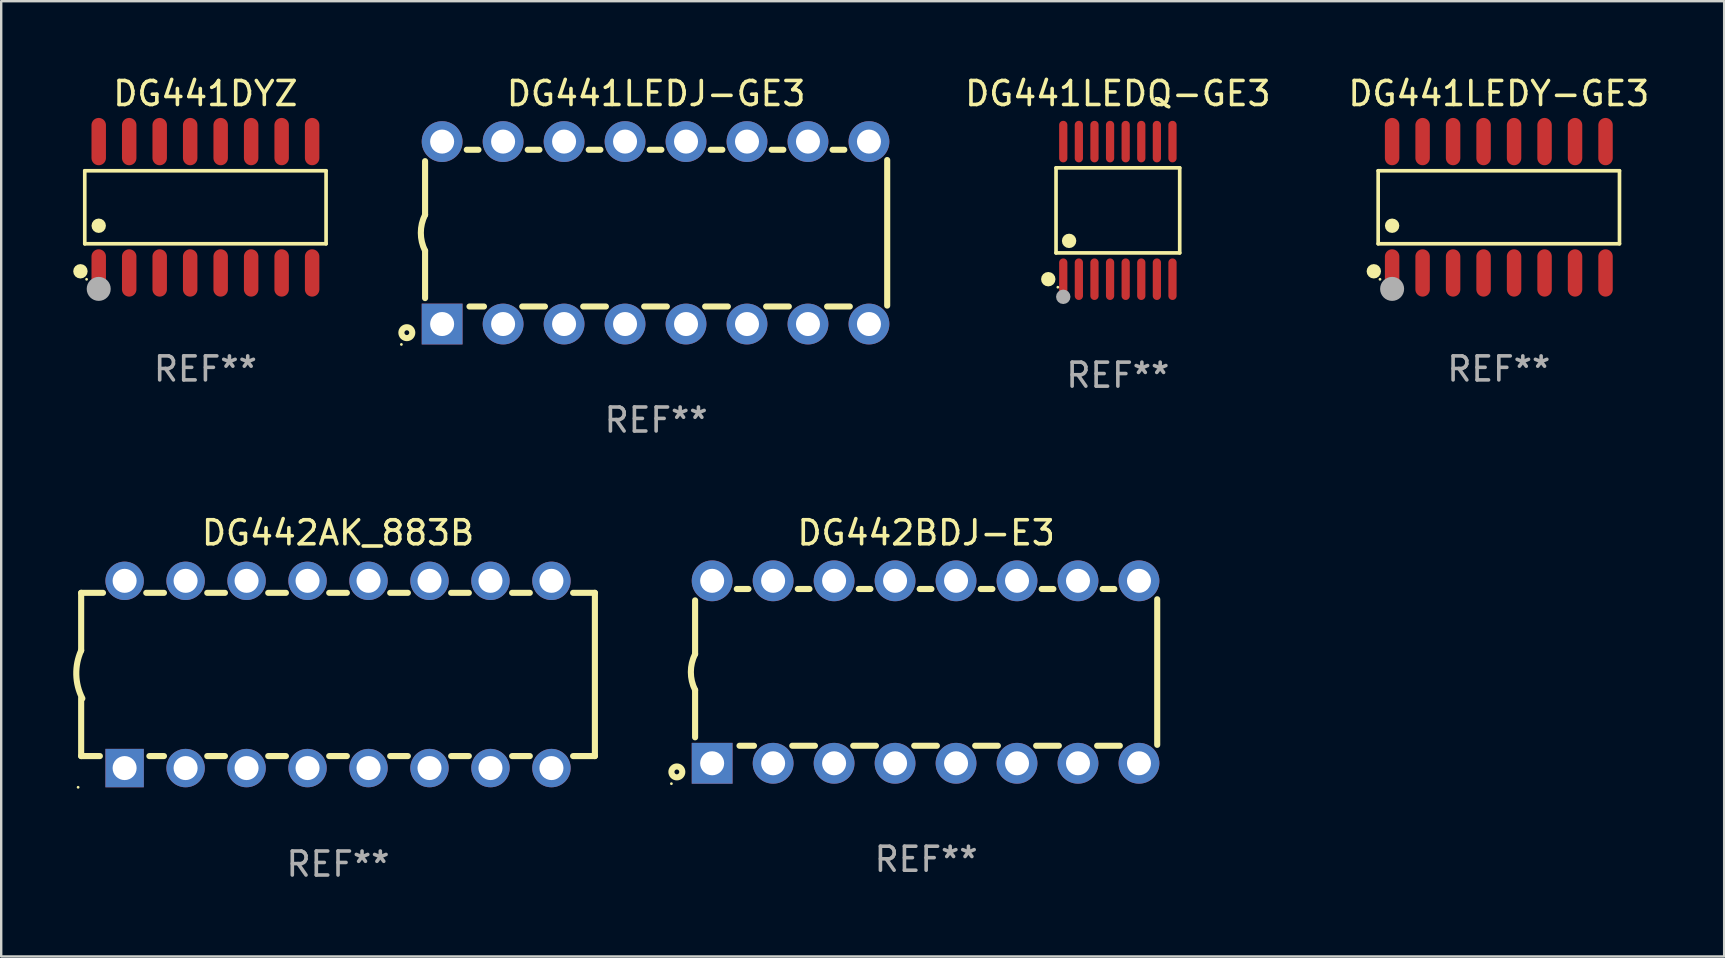
<source format=kicad_pcb>
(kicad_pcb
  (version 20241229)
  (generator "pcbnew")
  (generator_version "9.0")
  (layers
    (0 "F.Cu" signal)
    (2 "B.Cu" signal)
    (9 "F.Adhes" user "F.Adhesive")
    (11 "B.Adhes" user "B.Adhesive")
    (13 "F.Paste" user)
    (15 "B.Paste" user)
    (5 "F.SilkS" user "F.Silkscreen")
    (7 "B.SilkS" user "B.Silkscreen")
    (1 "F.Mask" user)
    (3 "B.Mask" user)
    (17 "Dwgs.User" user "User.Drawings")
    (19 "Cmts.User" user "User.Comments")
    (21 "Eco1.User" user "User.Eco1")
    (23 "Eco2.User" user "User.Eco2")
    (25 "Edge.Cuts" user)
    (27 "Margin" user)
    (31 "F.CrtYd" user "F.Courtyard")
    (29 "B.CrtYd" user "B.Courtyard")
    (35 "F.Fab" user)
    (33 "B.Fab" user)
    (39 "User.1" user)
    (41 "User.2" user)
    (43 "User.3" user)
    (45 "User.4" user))
  (footprint "DG441LEDY-GE3"
    (layer "F.Cu")
    (at 59.385 5.584)
    (property "Reference" "DG441LEDY-GE3" (at 0 -4.736 0) (layer "F.SilkS") (effects (font (size 1 1) (thickness 0.15))))
    (attr through_hole)
    (fp_line (start -5.026 -1.521) (end 5.026 -1.521) (stroke (width 0.152) (type solid)) (layer "F.SilkS"))
    (fp_line (start -5.026 1.521) (end -5.026 -1.521) (stroke (width 0.152) (type solid)) (layer "F.SilkS"))
    (fp_line (start 5.026 -1.521) (end 5.026 1.521) (stroke (width 0.152) (type solid)) (layer "F.SilkS"))
    (fp_line (start 5.026 1.521) (end -5.026 1.521) (stroke (width 0.152) (type solid)) (layer "F.SilkS"))
    (fp_circle (center -5.207 2.667) (end -5.057 2.667) (stroke (width 0.3) (type solid)) (fill no) (layer "F.SilkS"))
    (fp_circle (center -4.95 3) (end -4.92 3) (stroke (width 0.06) (type solid)) (fill no) (layer "F.SilkS"))
    (fp_circle (center -4.445 0.769) (end -4.295 0.769) (stroke (width 0.3) (type solid)) (fill no) (layer "F.SilkS"))
    (fp_circle (center -4.445 3.4) (end -4.195 3.4) (stroke (width 0.5) (type solid)) (fill no) (layer "F.Fab"))
    (fp_text user "REF**" (at 0 6.736 0) (layer "F.Fab") (effects (font (size 1 1) (thickness 0.15))))
    (pad "1" smd oval (at -4.445 2.736) (size 0.602 1.971) (layers "F.Cu" "F.Mask" "F.Paste"))
    (pad "2" smd oval (at -3.175 2.736) (size 0.602 1.971) (layers "F.Cu" "F.Mask" "F.Paste"))
    (pad "3" smd oval (at -1.905 2.736) (size 0.602 1.971) (layers "F.Cu" "F.Mask" "F.Paste"))
    (pad "4" smd oval (at -0.635 2.736) (size 0.602 1.971) (layers "F.Cu" "F.Mask" "F.Paste"))
    (pad "5" smd oval (at 0.635 2.736) (size 0.602 1.971) (layers "F.Cu" "F.Mask" "F.Paste"))
    (pad "6" smd oval (at 1.905 2.736) (size 0.602 1.971) (layers "F.Cu" "F.Mask" "F.Paste"))
    (pad "7" smd oval (at 3.175 2.736) (size 0.602 1.971) (layers "F.Cu" "F.Mask" "F.Paste"))
    (pad "8" smd oval (at 4.445 2.736) (size 0.602 1.971) (layers "F.Cu" "F.Mask" "F.Paste"))
    (pad "9" smd oval (at 4.445 -2.736) (size 0.602 1.971) (layers "F.Cu" "F.Mask" "F.Paste"))
    (pad "10" smd oval (at 3.175 -2.736) (size 0.602 1.971) (layers "F.Cu" "F.Mask" "F.Paste"))
    (pad "11" smd oval (at 1.905 -2.736) (size 0.602 1.971) (layers "F.Cu" "F.Mask" "F.Paste"))
    (pad "12" smd oval (at 0.635 -2.736) (size 0.602 1.971) (layers "F.Cu" "F.Mask" "F.Paste"))
    (pad "13" smd oval (at -0.635 -2.736) (size 0.602 1.971) (layers "F.Cu" "F.Mask" "F.Paste"))
    (pad "14" smd oval (at -1.905 -2.736) (size 0.602 1.971) (layers "F.Cu" "F.Mask" "F.Paste"))
    (pad "15" smd oval (at -3.175 -2.736) (size 0.602 1.971) (layers "F.Cu" "F.Mask" "F.Paste"))
    (pad "16" smd oval (at -4.445 -2.736) (size 0.602 1.971) (layers "F.Cu" "F.Mask" "F.Paste")))
  (footprint "DG441LEDQ-GE3"
    (layer "F.Cu")
    (at 43.516 5.714)
    (property "Reference" "DG441LEDQ-GE3" (at 0 -4.866 0) (layer "F.SilkS") (effects (font (size 1 1) (thickness 0.15))))
    (attr through_hole)
    (fp_line (start -2.576 -1.772) (end 2.576 -1.772) (stroke (width 0.152) (type solid)) (layer "F.SilkS"))
    (fp_line (start -2.576 1.771) (end -2.576 -1.772) (stroke (width 0.152) (type solid)) (layer "F.SilkS"))
    (fp_line (start 2.576 -1.772) (end 2.576 1.771) (stroke (width 0.152) (type solid)) (layer "F.SilkS"))
    (fp_line (start 2.576 1.771) (end -2.576 1.771) (stroke (width 0.152) (type solid)) (layer "F.SilkS"))
    (fp_circle (center -2.899 2.866) (end -2.749 2.866) (stroke (width 0.3) (type solid)) (fill no) (layer "F.SilkS"))
    (fp_circle (center -2.5 3.2) (end -2.47 3.2) (stroke (width 0.06) (type solid)) (fill no) (layer "F.SilkS"))
    (fp_circle (center -2.032 1.27) (end -1.882 1.27) (stroke (width 0.3) (type solid)) (fill no) (layer "F.SilkS"))
    (fp_circle (center -2.275 3.6) (end -2.125 3.6) (stroke (width 0.3) (type solid)) (fill no) (layer "F.Fab"))
    (fp_text user "REF**" (at 0 6.866 0) (layer "F.Fab") (effects (font (size 1 1) (thickness 0.15))))
    (pad "1" smd oval (at -2.275 2.866) (size 0.343 1.731) (layers "F.Cu" "F.Mask" "F.Paste"))
    (pad "2" smd oval (at -1.625 2.866) (size 0.343 1.731) (layers "F.Cu" "F.Mask" "F.Paste"))
    (pad "3" smd oval (at -0.975 2.866) (size 0.343 1.731) (layers "F.Cu" "F.Mask" "F.Paste"))
    (pad "4" smd oval (at -0.325 2.866) (size 0.343 1.731) (layers "F.Cu" "F.Mask" "F.Paste"))
    (pad "5" smd oval (at 0.325 2.866) (size 0.343 1.731) (layers "F.Cu" "F.Mask" "F.Paste"))
    (pad "6" smd oval (at 0.975 2.866) (size 0.343 1.731) (layers "F.Cu" "F.Mask" "F.Paste"))
    (pad "7" smd oval (at 1.625 2.866) (size 0.343 1.731) (layers "F.Cu" "F.Mask" "F.Paste"))
    (pad "8" smd oval (at 2.275 2.866) (size 0.343 1.731) (layers "F.Cu" "F.Mask" "F.Paste"))
    (pad "9" smd oval (at 2.275 -2.866) (size 0.343 1.731) (layers "F.Cu" "F.Mask" "F.Paste"))
    (pad "10" smd oval (at 1.625 -2.866) (size 0.343 1.731) (layers "F.Cu" "F.Mask" "F.Paste"))
    (pad "11" smd oval (at 0.975 -2.866) (size 0.343 1.731) (layers "F.Cu" "F.Mask" "F.Paste"))
    (pad "12" smd oval (at 0.325 -2.866) (size 0.343 1.731) (layers "F.Cu" "F.Mask" "F.Paste"))
    (pad "13" smd oval (at -0.325 -2.866) (size 0.343 1.731) (layers "F.Cu" "F.Mask" "F.Paste"))
    (pad "14" smd oval (at -0.975 -2.866) (size 0.343 1.731) (layers "F.Cu" "F.Mask" "F.Paste"))
    (pad "15" smd oval (at -1.625 -2.866) (size 0.343 1.731) (layers "F.Cu" "F.Mask" "F.Paste"))
    (pad "16" smd oval (at -2.275 -2.866) (size 0.343 1.731) (layers "F.Cu" "F.Mask" "F.Paste")))
  (footprint "DG441LEDJ-GE3"
    (layer "F.Cu")
    (at 24.282 6.648)
    (property "Reference" "DG441LEDJ-GE3" (at 0 -5.8 0) (layer "F.SilkS") (effects (font (size 1 1) (thickness 0.15))))
    (attr through_hole)
    (fp_line (start -9.625 -0.75) (end -9.625 -2.985) (stroke (width 0.254) (type solid)) (layer "F.SilkS"))
    (fp_line (start -9.625 0.749) (end -9.625 2.719) (stroke (width 0.254) (type solid)) (layer "F.SilkS"))
    (fp_line (start -7.889 -3.46) (end -7.401 -3.46) (stroke (width 0.254) (type solid)) (layer "F.SilkS"))
    (fp_line (start -7.775 3.07) (end -7.172 3.07) (stroke (width 0.254) (type solid)) (layer "F.SilkS"))
    (fp_line (start -5.578 3.07) (end -4.632 3.07) (stroke (width 0.254) (type solid)) (layer "F.SilkS"))
    (fp_line (start -5.349 -3.46) (end -4.861 -3.46) (stroke (width 0.254) (type solid)) (layer "F.SilkS"))
    (fp_line (start -3.038 3.07) (end -2.092 3.07) (stroke (width 0.254) (type solid)) (layer "F.SilkS"))
    (fp_line (start -2.809 -3.46) (end -2.321 -3.46) (stroke (width 0.254) (type solid)) (layer "F.SilkS"))
    (fp_line (start -0.498 3.07) (end 0.448 3.07) (stroke (width 0.254) (type solid)) (layer "F.SilkS"))
    (fp_line (start -0.269 -3.46) (end 0.219 -3.46) (stroke (width 0.254) (type solid)) (layer "F.SilkS"))
    (fp_line (start 2.042 3.07) (end 2.988 3.07) (stroke (width 0.254) (type solid)) (layer "F.SilkS"))
    (fp_line (start 2.271 -3.46) (end 2.759 -3.46) (stroke (width 0.254) (type solid)) (layer "F.SilkS"))
    (fp_line (start 4.582 3.07) (end 5.528 3.07) (stroke (width 0.254) (type solid)) (layer "F.SilkS"))
    (fp_line (start 4.811 -3.46) (end 5.299 -3.46) (stroke (width 0.254) (type solid)) (layer "F.SilkS"))
    (fp_line (start 7.122 3.07) (end 8.068 3.07) (stroke (width 0.254) (type solid)) (layer "F.SilkS"))
    (fp_line (start 7.351 -3.46) (end 7.839 -3.46) (stroke (width 0.254) (type solid)) (layer "F.SilkS"))
    (fp_line (start 9.625 3.032) (end 9.625 -3.032) (stroke (width 0.254) (type solid)) (layer "F.SilkS"))
    (fp_arc (start -9.62498 0.748819) (mid -9.801899 -0.000581) (end -9.625006 -0.749987) (stroke (width 0.254001) (type solid)) (layer "F.SilkS"))
    (fp_circle (center -10.612 4.65) (end -10.582 4.65) (stroke (width 0.06) (type solid)) (fill no) (layer "F.SilkS"))
    (fp_circle (center -10.385 4.16) (end -10.285 4.16) (stroke (width 0.254) (type solid)) (fill no) (layer "F.SilkS"))
    (fp_text user "REF**" (at 0 7.8 0) (layer "F.Fab") (effects (font (size 1 1) (thickness 0.15))))
    (pad "1" thru_hole rect (at -8.915 3.8 90) (size 1.7 1.7) (drill 1) (layers "*.Cu" "*.Mask"))
    (pad "2" thru_hole circle (at -6.375 3.8) (size 1.7 1.7) (drill 1) (layers "*.Cu" "*.Mask"))
    (pad "3" thru_hole circle (at -3.835 3.8) (size 1.7 1.7) (drill 1) (layers "*.Cu" "*.Mask"))
    (pad "4" thru_hole circle (at -1.295 3.8) (size 1.7 1.7) (drill 1) (layers "*.Cu" "*.Mask"))
    (pad "5" thru_hole circle (at 1.245 3.8) (size 1.7 1.7) (drill 1) (layers "*.Cu" "*.Mask"))
    (pad "6" thru_hole circle (at 3.785 3.8) (size 1.7 1.7) (drill 1) (layers "*.Cu" "*.Mask"))
    (pad "7" thru_hole circle (at 6.325 3.8) (size 1.7 1.7) (drill 1) (layers "*.Cu" "*.Mask"))
    (pad "8" thru_hole circle (at 8.865 3.8) (size 1.7 1.7) (drill 1) (layers "*.Cu" "*.Mask"))
    (pad "9" thru_hole circle (at 8.865 -3.8) (size 1.7 1.7) (drill 1) (layers "*.Cu" "*.Mask"))
    (pad "10" thru_hole circle (at 6.325 -3.8) (size 1.7 1.7) (drill 1) (layers "*.Cu" "*.Mask"))
    (pad "11" thru_hole circle (at 3.785 -3.8) (size 1.7 1.7) (drill 1) (layers "*.Cu" "*.Mask"))
    (pad "12" thru_hole circle (at 1.245 -3.8) (size 1.7 1.7) (drill 1) (layers "*.Cu" "*.Mask"))
    (pad "13" thru_hole circle (at -1.295 -3.8) (size 1.7 1.7) (drill 1) (layers "*.Cu" "*.Mask"))
    (pad "14" thru_hole circle (at -3.835 -3.8) (size 1.7 1.7) (drill 1) (layers "*.Cu" "*.Mask"))
    (pad "15" thru_hole circle (at -6.375 -3.8) (size 1.7 1.7) (drill 1) (layers "*.Cu" "*.Mask"))
    (pad "16" thru_hole circle (at -8.915 -3.8) (size 1.7 1.7) (drill 1) (layers "*.Cu" "*.Mask")))
  (footprint "DG441DYZ"
    (layer "F.Cu")
    (at 5.507 5.584)
    (property "Reference" "DG441DYZ" (at 0 -4.736 0) (layer "F.SilkS") (effects (font (size 1 1) (thickness 0.15))))
    (attr through_hole)
    (fp_line (start -5.026 -1.521) (end 5.026 -1.521) (stroke (width 0.152) (type solid)) (layer "F.SilkS"))
    (fp_line (start -5.026 1.521) (end -5.026 -1.521) (stroke (width 0.152) (type solid)) (layer "F.SilkS"))
    (fp_line (start 5.026 -1.521) (end 5.026 1.521) (stroke (width 0.152) (type solid)) (layer "F.SilkS"))
    (fp_line (start 5.026 1.521) (end -5.026 1.521) (stroke (width 0.152) (type solid)) (layer "F.SilkS"))
    (fp_circle (center -5.207 2.667) (end -5.057 2.667) (stroke (width 0.3) (type solid)) (fill no) (layer "F.SilkS"))
    (fp_circle (center -4.95 3) (end -4.92 3) (stroke (width 0.06) (type solid)) (fill no) (layer "F.SilkS"))
    (fp_circle (center -4.445 0.769) (end -4.295 0.769) (stroke (width 0.3) (type solid)) (fill no) (layer "F.SilkS"))
    (fp_circle (center -4.445 3.4) (end -4.195 3.4) (stroke (width 0.5) (type solid)) (fill no) (layer "F.Fab"))
    (fp_text user "REF**" (at 0 6.736 0) (layer "F.Fab") (effects (font (size 1 1) (thickness 0.15))))
    (pad "1" smd oval (at -4.445 2.736) (size 0.602 1.971) (layers "F.Cu" "F.Mask" "F.Paste"))
    (pad "2" smd oval (at -3.175 2.736) (size 0.602 1.971) (layers "F.Cu" "F.Mask" "F.Paste"))
    (pad "3" smd oval (at -1.905 2.736) (size 0.602 1.971) (layers "F.Cu" "F.Mask" "F.Paste"))
    (pad "4" smd oval (at -0.635 2.736) (size 0.602 1.971) (layers "F.Cu" "F.Mask" "F.Paste"))
    (pad "5" smd oval (at 0.635 2.736) (size 0.602 1.971) (layers "F.Cu" "F.Mask" "F.Paste"))
    (pad "6" smd oval (at 1.905 2.736) (size 0.602 1.971) (layers "F.Cu" "F.Mask" "F.Paste"))
    (pad "7" smd oval (at 3.175 2.736) (size 0.602 1.971) (layers "F.Cu" "F.Mask" "F.Paste"))
    (pad "8" smd oval (at 4.445 2.736) (size 0.602 1.971) (layers "F.Cu" "F.Mask" "F.Paste"))
    (pad "9" smd oval (at 4.445 -2.736) (size 0.602 1.971) (layers "F.Cu" "F.Mask" "F.Paste"))
    (pad "10" smd oval (at 3.175 -2.736) (size 0.602 1.971) (layers "F.Cu" "F.Mask" "F.Paste"))
    (pad "11" smd oval (at 1.905 -2.736) (size 0.602 1.971) (layers "F.Cu" "F.Mask" "F.Paste"))
    (pad "12" smd oval (at 0.635 -2.736) (size 0.602 1.971) (layers "F.Cu" "F.Mask" "F.Paste"))
    (pad "13" smd oval (at -0.635 -2.736) (size 0.602 1.971) (layers "F.Cu" "F.Mask" "F.Paste"))
    (pad "14" smd oval (at -1.905 -2.736) (size 0.602 1.971) (layers "F.Cu" "F.Mask" "F.Paste"))
    (pad "15" smd oval (at -3.175 -2.736) (size 0.602 1.971) (layers "F.Cu" "F.Mask" "F.Paste"))
    (pad "16" smd oval (at -4.445 -2.736) (size 0.602 1.971) (layers "F.Cu" "F.Mask" "F.Paste")))
  (footprint "DG442AK_883B"
    (layer "F.Cu")
    (at 11.031 25.045)
    (property "Reference" "DG442AK_883B" (at 0 -5.9 0) (layer "F.SilkS") (effects (font (size 1 1) (thickness 0.15))))
    (attr through_hole)
    (fp_line (start -10.7 -3.4) (end -9.791 -3.4) (stroke (width 0.254) (type solid)) (layer "F.SilkS"))
    (fp_line (start -10.7 -0.998) (end -10.7 -3.4) (stroke (width 0.254) (type solid)) (layer "F.SilkS"))
    (fp_line (start -10.7 3.4) (end -10.7 1) (stroke (width 0.254) (type solid)) (layer "F.SilkS"))
    (fp_line (start -10.7 3.4) (end -9.921 3.4) (stroke (width 0.254) (type solid)) (layer "F.SilkS"))
    (fp_line (start -7.988 -3.4) (end -7.251 -3.4) (stroke (width 0.254) (type solid)) (layer "F.SilkS"))
    (fp_line (start -7.859 3.4) (end -7.251 3.4) (stroke (width 0.254) (type solid)) (layer "F.SilkS"))
    (fp_line (start -5.448 -3.4) (end -4.711 -3.4) (stroke (width 0.254) (type solid)) (layer "F.SilkS"))
    (fp_line (start -5.448 3.4) (end -4.711 3.4) (stroke (width 0.254) (type solid)) (layer "F.SilkS"))
    (fp_line (start -2.908 -3.4) (end -2.171 -3.4) (stroke (width 0.254) (type solid)) (layer "F.SilkS"))
    (fp_line (start -2.908 3.4) (end -2.171 3.4) (stroke (width 0.254) (type solid)) (layer "F.SilkS"))
    (fp_line (start -0.368 -3.4) (end 0.369 -3.4) (stroke (width 0.254) (type solid)) (layer "F.SilkS"))
    (fp_line (start -0.368 3.4) (end 0.369 3.4) (stroke (width 0.254) (type solid)) (layer "F.SilkS"))
    (fp_line (start 2.172 -3.4) (end 2.909 -3.4) (stroke (width 0.254) (type solid)) (layer "F.SilkS"))
    (fp_line (start 2.172 3.4) (end 2.909 3.4) (stroke (width 0.254) (type solid)) (layer "F.SilkS"))
    (fp_line (start 4.712 -3.4) (end 5.449 -3.4) (stroke (width 0.254) (type solid)) (layer "F.SilkS"))
    (fp_line (start 4.712 3.4) (end 5.449 3.4) (stroke (width 0.254) (type solid)) (layer "F.SilkS"))
    (fp_line (start 7.252 -3.4) (end 7.989 -3.4) (stroke (width 0.254) (type solid)) (layer "F.SilkS"))
    (fp_line (start 7.252 3.4) (end 7.989 3.4) (stroke (width 0.254) (type solid)) (layer "F.SilkS"))
    (fp_line (start 9.792 -3.4) (end 10.7 -3.4) (stroke (width 0.254) (type solid)) (layer "F.SilkS"))
    (fp_line (start 9.792 3.4) (end 10.7 3.4) (stroke (width 0.254) (type solid)) (layer "F.SilkS"))
    (fp_line (start 10.7 3.4) (end 10.7 -3.4) (stroke (width 0.254) (type solid)) (layer "F.SilkS"))
    (fp_arc (start -10.649962 0.99995) (mid -10.90314 0.005668) (end -10.699975 -1.000025) (stroke (width 0.254001) (type solid)) (layer "F.SilkS"))
    (fp_circle (center -10.827 4.7) (end -10.797 4.7) (stroke (width 0.06) (type solid)) (fill no) (layer "F.SilkS"))
    (fp_text user "REF**" (at 0 7.9 0) (layer "F.Fab") (effects (font (size 1 1) (thickness 0.15))))
    (pad "1" thru_hole rect (at -8.89 3.9 90) (size 1.6 1.6) (drill 1) (layers "*.Cu" "*.Mask"))
    (pad "2" thru_hole circle (at -6.35 3.9) (size 1.6 1.6) (drill 1) (layers "*.Cu" "*.Mask"))
    (pad "3" thru_hole circle (at -3.81 3.9) (size 1.6 1.6) (drill 1) (layers "*.Cu" "*.Mask"))
    (pad "4" thru_hole circle (at -1.27 3.9) (size 1.6 1.6) (drill 1) (layers "*.Cu" "*.Mask"))
    (pad "5" thru_hole circle (at 1.27 3.9) (size 1.6 1.6) (drill 1) (layers "*.Cu" "*.Mask"))
    (pad "6" thru_hole circle (at 3.81 3.9) (size 1.6 1.6) (drill 1) (layers "*.Cu" "*.Mask"))
    (pad "7" thru_hole circle (at 6.35 3.9) (size 1.6 1.6) (drill 1) (layers "*.Cu" "*.Mask"))
    (pad "8" thru_hole circle (at 8.89 3.9) (size 1.6 1.6) (drill 1) (layers "*.Cu" "*.Mask"))
    (pad "9" thru_hole circle (at 8.89 -3.9) (size 1.6 1.6) (drill 1) (layers "*.Cu" "*.Mask"))
    (pad "10" thru_hole circle (at 6.35 -3.9) (size 1.6 1.6) (drill 1) (layers "*.Cu" "*.Mask"))
    (pad "11" thru_hole circle (at 3.81 -3.9) (size 1.6 1.6) (drill 1) (layers "*.Cu" "*.Mask"))
    (pad "12" thru_hole circle (at 1.27 -3.9) (size 1.6 1.6) (drill 1) (layers "*.Cu" "*.Mask"))
    (pad "13" thru_hole circle (at -1.27 -3.9) (size 1.6 1.6) (drill 1) (layers "*.Cu" "*.Mask"))
    (pad "14" thru_hole circle (at -3.81 -3.9) (size 1.6 1.6) (drill 1) (layers "*.Cu" "*.Mask"))
    (pad "15" thru_hole circle (at -6.35 -3.9) (size 1.6 1.6) (drill 1) (layers "*.Cu" "*.Mask"))
    (pad "16" thru_hole circle (at -8.89 -3.9) (size 1.6 1.6) (drill 1) (layers "*.Cu" "*.Mask")))
  (footprint "DG442BDJ-E3"
    (layer "F.Cu")
    (at 35.53 24.945)
    (property "Reference" "DG442BDJ-E3" (at 0 -5.8 0) (layer "F.SilkS") (effects (font (size 1 1) (thickness 0.15))))
    (attr through_hole)
    (fp_line (start -9.625 -0.75) (end -9.625 -2.986) (stroke (width 0.254) (type solid)) (layer "F.SilkS"))
    (fp_line (start -9.625 0.749) (end -9.625 2.719) (stroke (width 0.254) (type solid)) (layer "F.SilkS"))
    (fp_line (start -7.889 -3.46) (end -7.401 -3.46) (stroke (width 0.254) (type solid)) (layer "F.SilkS"))
    (fp_line (start -7.775 3.07) (end -7.172 3.07) (stroke (width 0.254) (type solid)) (layer "F.SilkS"))
    (fp_line (start -5.578 3.07) (end -4.632 3.07) (stroke (width 0.254) (type solid)) (layer "F.SilkS"))
    (fp_line (start -5.349 -3.46) (end -4.861 -3.46) (stroke (width 0.254) (type solid)) (layer "F.SilkS"))
    (fp_line (start -3.038 3.07) (end -2.092 3.07) (stroke (width 0.254) (type solid)) (layer "F.SilkS"))
    (fp_line (start -2.809 -3.46) (end -2.321 -3.46) (stroke (width 0.254) (type solid)) (layer "F.SilkS"))
    (fp_line (start -0.498 3.07) (end 0.448 3.07) (stroke (width 0.254) (type solid)) (layer "F.SilkS"))
    (fp_line (start -0.269 -3.46) (end 0.219 -3.46) (stroke (width 0.254) (type solid)) (layer "F.SilkS"))
    (fp_line (start 2.042 3.07) (end 2.988 3.07) (stroke (width 0.254) (type solid)) (layer "F.SilkS"))
    (fp_line (start 2.271 -3.46) (end 2.759 -3.46) (stroke (width 0.254) (type solid)) (layer "F.SilkS"))
    (fp_line (start 4.582 3.07) (end 5.528 3.07) (stroke (width 0.254) (type solid)) (layer "F.SilkS"))
    (fp_line (start 4.811 -3.46) (end 5.299 -3.46) (stroke (width 0.254) (type solid)) (layer "F.SilkS"))
    (fp_line (start 7.122 3.07) (end 8.068 3.07) (stroke (width 0.254) (type solid)) (layer "F.SilkS"))
    (fp_line (start 7.351 -3.46) (end 7.839 -3.46) (stroke (width 0.254) (type solid)) (layer "F.SilkS"))
    (fp_line (start 9.625 3.032) (end 9.625 -3.032) (stroke (width 0.254) (type solid)) (layer "F.SilkS"))
    (fp_arc (start -9.624993 0.748819) (mid -9.801912 -0.000581) (end -9.625019 -0.749987) (stroke (width 0.254001) (type solid)) (layer "F.SilkS"))
    (fp_circle (center -10.612 4.65) (end -10.582 4.65) (stroke (width 0.06) (type solid)) (fill no) (layer "F.SilkS"))
    (fp_circle (center -10.385 4.16) (end -10.285 4.16) (stroke (width 0.254) (type solid)) (fill no) (layer "F.SilkS"))
    (fp_text user "REF**" (at 0 7.8 0) (layer "F.Fab") (effects (font (size 1 1) (thickness 0.15))))
    (pad "1" thru_hole rect (at -8.915 3.8 90) (size 1.7 1.7) (drill 1) (layers "*.Cu" "*.Mask"))
    (pad "2" thru_hole circle (at -6.375 3.8) (size 1.7 1.7) (drill 1) (layers "*.Cu" "*.Mask"))
    (pad "3" thru_hole circle (at -3.835 3.8) (size 1.7 1.7) (drill 1) (layers "*.Cu" "*.Mask"))
    (pad "4" thru_hole circle (at -1.295 3.8) (size 1.7 1.7) (drill 1) (layers "*.Cu" "*.Mask"))
    (pad "5" thru_hole circle (at 1.245 3.8) (size 1.7 1.7) (drill 1) (layers "*.Cu" "*.Mask"))
    (pad "6" thru_hole circle (at 3.785 3.8) (size 1.7 1.7) (drill 1) (layers "*.Cu" "*.Mask"))
    (pad "7" thru_hole circle (at 6.325 3.8) (size 1.7 1.7) (drill 1) (layers "*.Cu" "*.Mask"))
    (pad "8" thru_hole circle (at 8.865 3.8) (size 1.7 1.7) (drill 1) (layers "*.Cu" "*.Mask"))
    (pad "9" thru_hole circle (at 8.865 -3.8) (size 1.7 1.7) (drill 1) (layers "*.Cu" "*.Mask"))
    (pad "10" thru_hole circle (at 6.325 -3.8) (size 1.7 1.7) (drill 1) (layers "*.Cu" "*.Mask"))
    (pad "11" thru_hole circle (at 3.785 -3.8) (size 1.7 1.7) (drill 1) (layers "*.Cu" "*.Mask"))
    (pad "12" thru_hole circle (at 1.245 -3.8) (size 1.7 1.7) (drill 1) (layers "*.Cu" "*.Mask"))
    (pad "13" thru_hole circle (at -1.295 -3.8) (size 1.7 1.7) (drill 1) (layers "*.Cu" "*.Mask"))
    (pad "14" thru_hole circle (at -3.835 -3.8) (size 1.7 1.7) (drill 1) (layers "*.Cu" "*.Mask"))
    (pad "15" thru_hole circle (at -6.375 -3.8) (size 1.7 1.7) (drill 1) (layers "*.Cu" "*.Mask"))
    (pad "16" thru_hole circle (at -8.915 -3.8) (size 1.7 1.7) (drill 1) (layers "*.Cu" "*.Mask")))
  (gr_rect
    (start -3 -3)
    (end 68.772 36.793)
    (stroke (width 0.1) (type default))
    (fill no)
    (layer "Edge.Cuts")))
</source>
